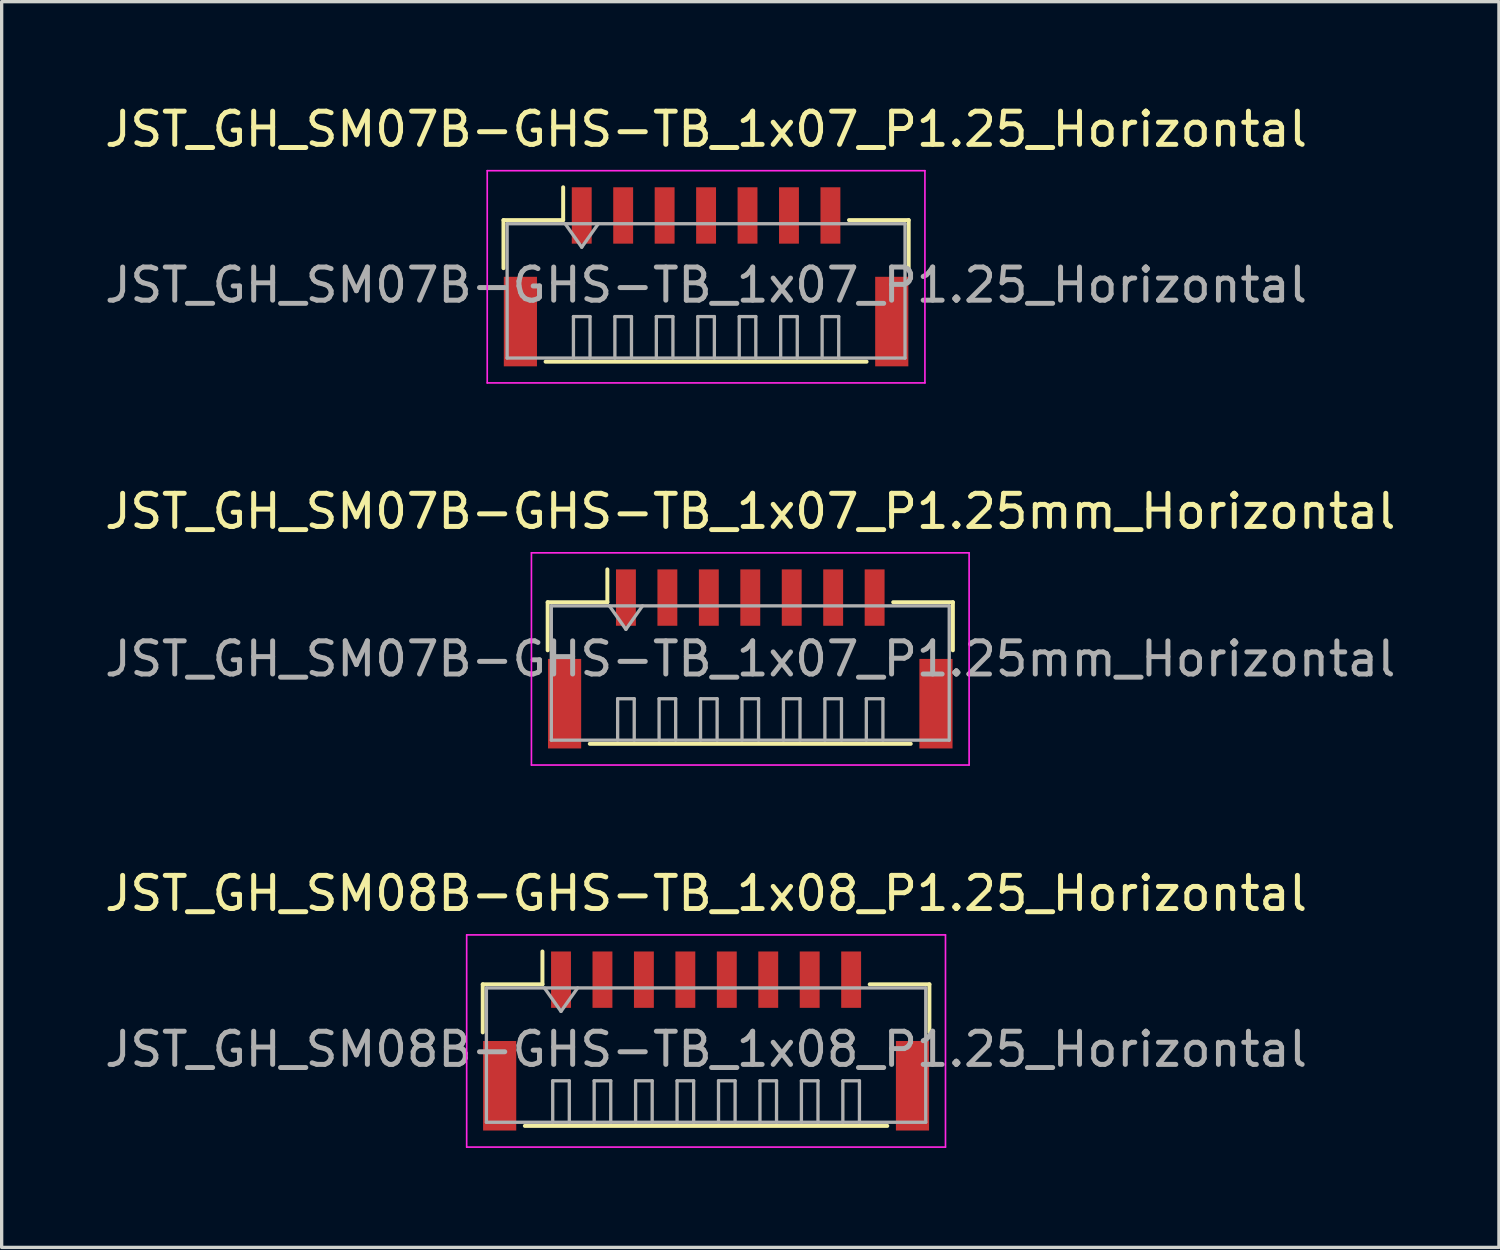
<source format=kicad_pcb>
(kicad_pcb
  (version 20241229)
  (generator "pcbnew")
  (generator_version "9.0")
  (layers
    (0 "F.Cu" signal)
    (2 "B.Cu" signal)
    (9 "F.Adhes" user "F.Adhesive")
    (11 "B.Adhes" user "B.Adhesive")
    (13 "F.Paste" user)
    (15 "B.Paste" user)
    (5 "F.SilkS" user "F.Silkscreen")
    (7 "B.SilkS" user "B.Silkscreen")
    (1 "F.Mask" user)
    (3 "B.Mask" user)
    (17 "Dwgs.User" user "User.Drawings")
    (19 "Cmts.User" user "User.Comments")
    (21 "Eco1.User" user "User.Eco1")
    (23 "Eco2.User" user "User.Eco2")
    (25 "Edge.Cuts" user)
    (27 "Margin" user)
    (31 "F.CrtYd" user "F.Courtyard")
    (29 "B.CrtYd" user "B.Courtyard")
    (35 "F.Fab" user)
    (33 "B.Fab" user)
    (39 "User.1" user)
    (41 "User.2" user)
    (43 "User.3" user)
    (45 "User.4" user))
  (footprint "JST_GH_SM07B-GHS-TB_1x07_P1.25_Horizontal"
    (layer "F.Cu")
    (at 18.244 5.048)
    (property "Reference" "JST_GH_SM07B-GHS-TB_1x07_P1.25_Horizontal" (at 0 -4.2 0) (layer "F.SilkS") (effects (font (size 1 1) (thickness 0.15))))
    (attr smd)
    (fp_line (start -6.11 -1.46) (end -4.31 -1.46) (stroke (width 0.12) (type solid)) (layer "F.SilkS"))
    (fp_line (start -6.11 -0.01) (end -6.11 -1.46) (stroke (width 0.12) (type solid)) (layer "F.SilkS"))
    (fp_line (start -4.84 2.81) (end 4.84 2.81) (stroke (width 0.12) (type solid)) (layer "F.SilkS"))
    (fp_line (start -4.31 -1.46) (end -4.31 -2.45) (stroke (width 0.12) (type solid)) (layer "F.SilkS"))
    (fp_line (start 6.11 -1.46) (end 4.31 -1.46) (stroke (width 0.12) (type solid)) (layer "F.SilkS"))
    (fp_line (start 6.11 -0.01) (end 6.11 -1.46) (stroke (width 0.12) (type solid)) (layer "F.SilkS"))
    (fp_line (start -6.6 -2.95) (end -6.6 3.45) (stroke (width 0.05) (type solid)) (layer "F.CrtYd"))
    (fp_line (start -6.6 3.45) (end 6.6 3.45) (stroke (width 0.05) (type solid)) (layer "F.CrtYd"))
    (fp_line (start 6.6 -2.95) (end -6.6 -2.95) (stroke (width 0.05) (type solid)) (layer "F.CrtYd"))
    (fp_line (start 6.6 3.45) (end 6.6 -2.95) (stroke (width 0.05) (type solid)) (layer "F.CrtYd"))
    (fp_line (start -6 -1.35) (end -6 2.7) (stroke (width 0.1) (type solid)) (layer "F.Fab"))
    (fp_line (start -6 2.7) (end 6 2.7) (stroke (width 0.1) (type solid)) (layer "F.Fab"))
    (fp_line (start -4.25 -1.35) (end -3.75 -0.643) (stroke (width 0.1) (type solid)) (layer "F.Fab"))
    (fp_line (start -4 1.45) (end -3.5 1.45) (stroke (width 0.1) (type solid)) (layer "F.Fab"))
    (fp_line (start -4 2.7) (end -4 1.45) (stroke (width 0.1) (type solid)) (layer "F.Fab"))
    (fp_line (start -3.75 -0.643) (end -3.25 -1.35) (stroke (width 0.1) (type solid)) (layer "F.Fab"))
    (fp_line (start -3.5 1.45) (end -3.5 2.7) (stroke (width 0.1) (type solid)) (layer "F.Fab"))
    (fp_line (start -2.75 1.45) (end -2.25 1.45) (stroke (width 0.1) (type solid)) (layer "F.Fab"))
    (fp_line (start -2.75 2.7) (end -2.75 1.45) (stroke (width 0.1) (type solid)) (layer "F.Fab"))
    (fp_line (start -2.25 1.45) (end -2.25 2.7) (stroke (width 0.1) (type solid)) (layer "F.Fab"))
    (fp_line (start -1.5 1.45) (end -1 1.45) (stroke (width 0.1) (type solid)) (layer "F.Fab"))
    (fp_line (start -1.5 2.7) (end -1.5 1.45) (stroke (width 0.1) (type solid)) (layer "F.Fab"))
    (fp_line (start -1 1.45) (end -1 2.7) (stroke (width 0.1) (type solid)) (layer "F.Fab"))
    (fp_line (start -0.25 1.45) (end 0.25 1.45) (stroke (width 0.1) (type solid)) (layer "F.Fab"))
    (fp_line (start -0.25 2.7) (end -0.25 1.45) (stroke (width 0.1) (type solid)) (layer "F.Fab"))
    (fp_line (start 0.25 1.45) (end 0.25 2.7) (stroke (width 0.1) (type solid)) (layer "F.Fab"))
    (fp_line (start 1 1.45) (end 1.5 1.45) (stroke (width 0.1) (type solid)) (layer "F.Fab"))
    (fp_line (start 1 2.7) (end 1 1.45) (stroke (width 0.1) (type solid)) (layer "F.Fab"))
    (fp_line (start 1.5 1.45) (end 1.5 2.7) (stroke (width 0.1) (type solid)) (layer "F.Fab"))
    (fp_line (start 2.25 1.45) (end 2.75 1.45) (stroke (width 0.1) (type solid)) (layer "F.Fab"))
    (fp_line (start 2.25 2.7) (end 2.25 1.45) (stroke (width 0.1) (type solid)) (layer "F.Fab"))
    (fp_line (start 2.75 1.45) (end 2.75 2.7) (stroke (width 0.1) (type solid)) (layer "F.Fab"))
    (fp_line (start 3.5 1.45) (end 4 1.45) (stroke (width 0.1) (type solid)) (layer "F.Fab"))
    (fp_line (start 3.5 2.7) (end 3.5 1.45) (stroke (width 0.1) (type solid)) (layer "F.Fab"))
    (fp_line (start 4 1.45) (end 4 2.7) (stroke (width 0.1) (type solid)) (layer "F.Fab"))
    (fp_line (start 6 -1.35) (end -6 -1.35) (stroke (width 0.1) (type solid)) (layer "F.Fab"))
    (fp_line (start 6 2.7) (end 6 -1.35) (stroke (width 0.1) (type solid)) (layer "F.Fab"))
    (fp_text user "${REFERENCE}" (at 0 0.5 0) (layer "F.Fab") (effects (font (size 1 1) (thickness 0.15))))
    (pad "" smd rect (at -5.6 1.6) (size 1 2.7) (layers "F.Cu" "F.Mask" "F.Paste"))
    (pad "" smd rect (at 5.6 1.6) (size 1 2.7) (layers "F.Cu" "F.Mask" "F.Paste"))
    (pad "1" smd rect (at -3.75 -1.6) (size 0.6 1.7) (layers "F.Cu" "F.Mask" "F.Paste"))
    (pad "2" smd rect (at -2.5 -1.6) (size 0.6 1.7) (layers "F.Cu" "F.Mask" "F.Paste"))
    (pad "3" smd rect (at -1.25 -1.6) (size 0.6 1.7) (layers "F.Cu" "F.Mask" "F.Paste"))
    (pad "4" smd rect (at 0 -1.6) (size 0.6 1.7) (layers "F.Cu" "F.Mask" "F.Paste"))
    (pad "5" smd rect (at 1.25 -1.6) (size 0.6 1.7) (layers "F.Cu" "F.Mask" "F.Paste"))
    (pad "6" smd rect (at 2.5 -1.6) (size 0.6 1.7) (layers "F.Cu" "F.Mask" "F.Paste"))
    (pad "7" smd rect (at 3.75 -1.6) (size 0.6 1.7) (layers "F.Cu" "F.Mask" "F.Paste")))
  (footprint "JST_GH_SM07B-GHS-TB_1x07_P1.25mm_Horizontal"
    (layer "F.Cu")
    (at 19.577 16.822)
    (property "Reference" "JST_GH_SM07B-GHS-TB_1x07_P1.25mm_Horizontal" (at 0 -4.45 0) (layer "F.SilkS") (effects (font (size 1 1) (thickness 0.15))))
    (attr smd)
    (fp_line (start -6.11 -1.71) (end -4.31 -1.71) (stroke (width 0.12) (type solid)) (layer "F.SilkS"))
    (fp_line (start -6.11 -0.26) (end -6.11 -1.71) (stroke (width 0.12) (type solid)) (layer "F.SilkS"))
    (fp_line (start -4.84 2.56) (end 4.84 2.56) (stroke (width 0.12) (type solid)) (layer "F.SilkS"))
    (fp_line (start -4.31 -1.71) (end -4.31 -2.7) (stroke (width 0.12) (type solid)) (layer "F.SilkS"))
    (fp_line (start 6.11 -1.71) (end 4.31 -1.71) (stroke (width 0.12) (type solid)) (layer "F.SilkS"))
    (fp_line (start 6.11 -0.26) (end 6.11 -1.71) (stroke (width 0.12) (type solid)) (layer "F.SilkS"))
    (fp_line (start -6.6 -3.2) (end -6.6 3.2) (stroke (width 0.05) (type solid)) (layer "F.CrtYd"))
    (fp_line (start -6.6 3.2) (end 6.6 3.2) (stroke (width 0.05) (type solid)) (layer "F.CrtYd"))
    (fp_line (start 6.6 -3.2) (end -6.6 -3.2) (stroke (width 0.05) (type solid)) (layer "F.CrtYd"))
    (fp_line (start 6.6 3.2) (end 6.6 -3.2) (stroke (width 0.05) (type solid)) (layer "F.CrtYd"))
    (fp_line (start -6 -1.6) (end -6 2.45) (stroke (width 0.1) (type solid)) (layer "F.Fab"))
    (fp_line (start -6 2.45) (end 6 2.45) (stroke (width 0.1) (type solid)) (layer "F.Fab"))
    (fp_line (start -4.25 -1.6) (end -3.75 -0.893) (stroke (width 0.1) (type solid)) (layer "F.Fab"))
    (fp_line (start -4 1.2) (end -3.5 1.2) (stroke (width 0.1) (type solid)) (layer "F.Fab"))
    (fp_line (start -4 2.45) (end -4 1.2) (stroke (width 0.1) (type solid)) (layer "F.Fab"))
    (fp_line (start -3.75 -0.893) (end -3.25 -1.6) (stroke (width 0.1) (type solid)) (layer "F.Fab"))
    (fp_line (start -3.5 1.2) (end -3.5 2.45) (stroke (width 0.1) (type solid)) (layer "F.Fab"))
    (fp_line (start -2.75 1.2) (end -2.25 1.2) (stroke (width 0.1) (type solid)) (layer "F.Fab"))
    (fp_line (start -2.75 2.45) (end -2.75 1.2) (stroke (width 0.1) (type solid)) (layer "F.Fab"))
    (fp_line (start -2.25 1.2) (end -2.25 2.45) (stroke (width 0.1) (type solid)) (layer "F.Fab"))
    (fp_line (start -1.5 1.2) (end -1 1.2) (stroke (width 0.1) (type solid)) (layer "F.Fab"))
    (fp_line (start -1.5 2.45) (end -1.5 1.2) (stroke (width 0.1) (type solid)) (layer "F.Fab"))
    (fp_line (start -1 1.2) (end -1 2.45) (stroke (width 0.1) (type solid)) (layer "F.Fab"))
    (fp_line (start -0.25 1.2) (end 0.25 1.2) (stroke (width 0.1) (type solid)) (layer "F.Fab"))
    (fp_line (start -0.25 2.45) (end -0.25 1.2) (stroke (width 0.1) (type solid)) (layer "F.Fab"))
    (fp_line (start 0.25 1.2) (end 0.25 2.45) (stroke (width 0.1) (type solid)) (layer "F.Fab"))
    (fp_line (start 1 1.2) (end 1.5 1.2) (stroke (width 0.1) (type solid)) (layer "F.Fab"))
    (fp_line (start 1 2.45) (end 1 1.2) (stroke (width 0.1) (type solid)) (layer "F.Fab"))
    (fp_line (start 1.5 1.2) (end 1.5 2.45) (stroke (width 0.1) (type solid)) (layer "F.Fab"))
    (fp_line (start 2.25 1.2) (end 2.75 1.2) (stroke (width 0.1) (type solid)) (layer "F.Fab"))
    (fp_line (start 2.25 2.45) (end 2.25 1.2) (stroke (width 0.1) (type solid)) (layer "F.Fab"))
    (fp_line (start 2.75 1.2) (end 2.75 2.45) (stroke (width 0.1) (type solid)) (layer "F.Fab"))
    (fp_line (start 3.5 1.2) (end 4 1.2) (stroke (width 0.1) (type solid)) (layer "F.Fab"))
    (fp_line (start 3.5 2.45) (end 3.5 1.2) (stroke (width 0.1) (type solid)) (layer "F.Fab"))
    (fp_line (start 4 1.2) (end 4 2.45) (stroke (width 0.1) (type solid)) (layer "F.Fab"))
    (fp_line (start 6 -1.6) (end -6 -1.6) (stroke (width 0.1) (type solid)) (layer "F.Fab"))
    (fp_line (start 6 2.45) (end 6 -1.6) (stroke (width 0.1) (type solid)) (layer "F.Fab"))
    (fp_text user "${REFERENCE}" (at 0 0 0) (layer "F.Fab") (effects (font (size 1 1) (thickness 0.15))))
    (pad "" smd rect (at -5.6 1.35) (size 1 2.7) (layers "F.Cu" "F.Mask" "F.Paste"))
    (pad "" smd rect (at 5.6 1.35) (size 1 2.7) (layers "F.Cu" "F.Mask" "F.Paste"))
    (pad "1" smd rect (at -3.75 -1.85) (size 0.6 1.7) (layers "F.Cu" "F.Mask" "F.Paste"))
    (pad "2" smd rect (at -2.5 -1.85) (size 0.6 1.7) (layers "F.Cu" "F.Mask" "F.Paste"))
    (pad "3" smd rect (at -1.25 -1.85) (size 0.6 1.7) (layers "F.Cu" "F.Mask" "F.Paste"))
    (pad "4" smd rect (at 0 -1.85) (size 0.6 1.7) (layers "F.Cu" "F.Mask" "F.Paste"))
    (pad "5" smd rect (at 1.25 -1.85) (size 0.6 1.7) (layers "F.Cu" "F.Mask" "F.Paste"))
    (pad "6" smd rect (at 2.5 -1.85) (size 0.6 1.7) (layers "F.Cu" "F.Mask" "F.Paste"))
    (pad "7" smd rect (at 3.75 -1.85) (size 0.6 1.7) (layers "F.Cu" "F.Mask" "F.Paste")))
  (footprint "JST_GH_SM08B-GHS-TB_1x08_P1.25_Horizontal"
    (layer "F.Cu")
    (at 18.244 28.095)
    (property "Reference" "JST_GH_SM08B-GHS-TB_1x08_P1.25_Horizontal" (at 0 -4.2 0) (layer "F.SilkS") (effects (font (size 1 1) (thickness 0.15))))
    (attr smd)
    (fp_line (start -6.735 -1.46) (end -4.935 -1.46) (stroke (width 0.12) (type solid)) (layer "F.SilkS"))
    (fp_line (start -6.735 -0.01) (end -6.735 -1.46) (stroke (width 0.12) (type solid)) (layer "F.SilkS"))
    (fp_line (start -5.465 2.81) (end 5.465 2.81) (stroke (width 0.12) (type solid)) (layer "F.SilkS"))
    (fp_line (start -4.935 -1.46) (end -4.935 -2.45) (stroke (width 0.12) (type solid)) (layer "F.SilkS"))
    (fp_line (start 6.735 -1.46) (end 4.935 -1.46) (stroke (width 0.12) (type solid)) (layer "F.SilkS"))
    (fp_line (start 6.735 -0.01) (end 6.735 -1.46) (stroke (width 0.12) (type solid)) (layer "F.SilkS"))
    (fp_line (start -7.22 -2.95) (end -7.22 3.45) (stroke (width 0.05) (type solid)) (layer "F.CrtYd"))
    (fp_line (start -7.22 3.45) (end 7.22 3.45) (stroke (width 0.05) (type solid)) (layer "F.CrtYd"))
    (fp_line (start 7.22 -2.95) (end -7.22 -2.95) (stroke (width 0.05) (type solid)) (layer "F.CrtYd"))
    (fp_line (start 7.22 3.45) (end 7.22 -2.95) (stroke (width 0.05) (type solid)) (layer "F.CrtYd"))
    (fp_line (start -6.625 -1.35) (end -6.625 2.7) (stroke (width 0.1) (type solid)) (layer "F.Fab"))
    (fp_line (start -6.625 2.7) (end 6.625 2.7) (stroke (width 0.1) (type solid)) (layer "F.Fab"))
    (fp_line (start -4.875 -1.35) (end -4.375 -0.643) (stroke (width 0.1) (type solid)) (layer "F.Fab"))
    (fp_line (start -4.625 1.45) (end -4.125 1.45) (stroke (width 0.1) (type solid)) (layer "F.Fab"))
    (fp_line (start -4.625 2.7) (end -4.625 1.45) (stroke (width 0.1) (type solid)) (layer "F.Fab"))
    (fp_line (start -4.375 -0.643) (end -3.875 -1.35) (stroke (width 0.1) (type solid)) (layer "F.Fab"))
    (fp_line (start -4.125 1.45) (end -4.125 2.7) (stroke (width 0.1) (type solid)) (layer "F.Fab"))
    (fp_line (start -3.375 1.45) (end -2.875 1.45) (stroke (width 0.1) (type solid)) (layer "F.Fab"))
    (fp_line (start -3.375 2.7) (end -3.375 1.45) (stroke (width 0.1) (type solid)) (layer "F.Fab"))
    (fp_line (start -2.875 1.45) (end -2.875 2.7) (stroke (width 0.1) (type solid)) (layer "F.Fab"))
    (fp_line (start -2.125 1.45) (end -1.625 1.45) (stroke (width 0.1) (type solid)) (layer "F.Fab"))
    (fp_line (start -2.125 2.7) (end -2.125 1.45) (stroke (width 0.1) (type solid)) (layer "F.Fab"))
    (fp_line (start -1.625 1.45) (end -1.625 2.7) (stroke (width 0.1) (type solid)) (layer "F.Fab"))
    (fp_line (start -0.875 1.45) (end -0.375 1.45) (stroke (width 0.1) (type solid)) (layer "F.Fab"))
    (fp_line (start -0.875 2.7) (end -0.875 1.45) (stroke (width 0.1) (type solid)) (layer "F.Fab"))
    (fp_line (start -0.375 1.45) (end -0.375 2.7) (stroke (width 0.1) (type solid)) (layer "F.Fab"))
    (fp_line (start 0.375 1.45) (end 0.875 1.45) (stroke (width 0.1) (type solid)) (layer "F.Fab"))
    (fp_line (start 0.375 2.7) (end 0.375 1.45) (stroke (width 0.1) (type solid)) (layer "F.Fab"))
    (fp_line (start 0.875 1.45) (end 0.875 2.7) (stroke (width 0.1) (type solid)) (layer "F.Fab"))
    (fp_line (start 1.625 1.45) (end 2.125 1.45) (stroke (width 0.1) (type solid)) (layer "F.Fab"))
    (fp_line (start 1.625 2.7) (end 1.625 1.45) (stroke (width 0.1) (type solid)) (layer "F.Fab"))
    (fp_line (start 2.125 1.45) (end 2.125 2.7) (stroke (width 0.1) (type solid)) (layer "F.Fab"))
    (fp_line (start 2.875 1.45) (end 3.375 1.45) (stroke (width 0.1) (type solid)) (layer "F.Fab"))
    (fp_line (start 2.875 2.7) (end 2.875 1.45) (stroke (width 0.1) (type solid)) (layer "F.Fab"))
    (fp_line (start 3.375 1.45) (end 3.375 2.7) (stroke (width 0.1) (type solid)) (layer "F.Fab"))
    (fp_line (start 4.125 1.45) (end 4.625 1.45) (stroke (width 0.1) (type solid)) (layer "F.Fab"))
    (fp_line (start 4.125 2.7) (end 4.125 1.45) (stroke (width 0.1) (type solid)) (layer "F.Fab"))
    (fp_line (start 4.625 1.45) (end 4.625 2.7) (stroke (width 0.1) (type solid)) (layer "F.Fab"))
    (fp_line (start 6.625 -1.35) (end -6.625 -1.35) (stroke (width 0.1) (type solid)) (layer "F.Fab"))
    (fp_line (start 6.625 2.7) (end 6.625 -1.35) (stroke (width 0.1) (type solid)) (layer "F.Fab"))
    (fp_text user "${REFERENCE}" (at 0 0.5 0) (layer "F.Fab") (effects (font (size 1 1) (thickness 0.15))))
    (pad "" smd rect (at -6.225 1.6) (size 1 2.7) (layers "F.Cu" "F.Mask" "F.Paste"))
    (pad "" smd rect (at 6.225 1.6) (size 1 2.7) (layers "F.Cu" "F.Mask" "F.Paste"))
    (pad "1" smd rect (at -4.375 -1.6) (size 0.6 1.7) (layers "F.Cu" "F.Mask" "F.Paste"))
    (pad "2" smd rect (at -3.125 -1.6) (size 0.6 1.7) (layers "F.Cu" "F.Mask" "F.Paste"))
    (pad "3" smd rect (at -1.875 -1.6) (size 0.6 1.7) (layers "F.Cu" "F.Mask" "F.Paste"))
    (pad "4" smd rect (at -0.625 -1.6) (size 0.6 1.7) (layers "F.Cu" "F.Mask" "F.Paste"))
    (pad "5" smd rect (at 0.625 -1.6) (size 0.6 1.7) (layers "F.Cu" "F.Mask" "F.Paste"))
    (pad "6" smd rect (at 1.875 -1.6) (size 0.6 1.7) (layers "F.Cu" "F.Mask" "F.Paste"))
    (pad "7" smd rect (at 3.125 -1.6) (size 0.6 1.7) (layers "F.Cu" "F.Mask" "F.Paste"))
    (pad "8" smd rect (at 4.375 -1.6) (size 0.6 1.7) (layers "F.Cu" "F.Mask" "F.Paste")))
  (gr_rect
    (start -3 -3)
    (end 42.155 34.57)
    (stroke (width 0.1) (type default))
    (fill no)
    (layer "Edge.Cuts")))
</source>
